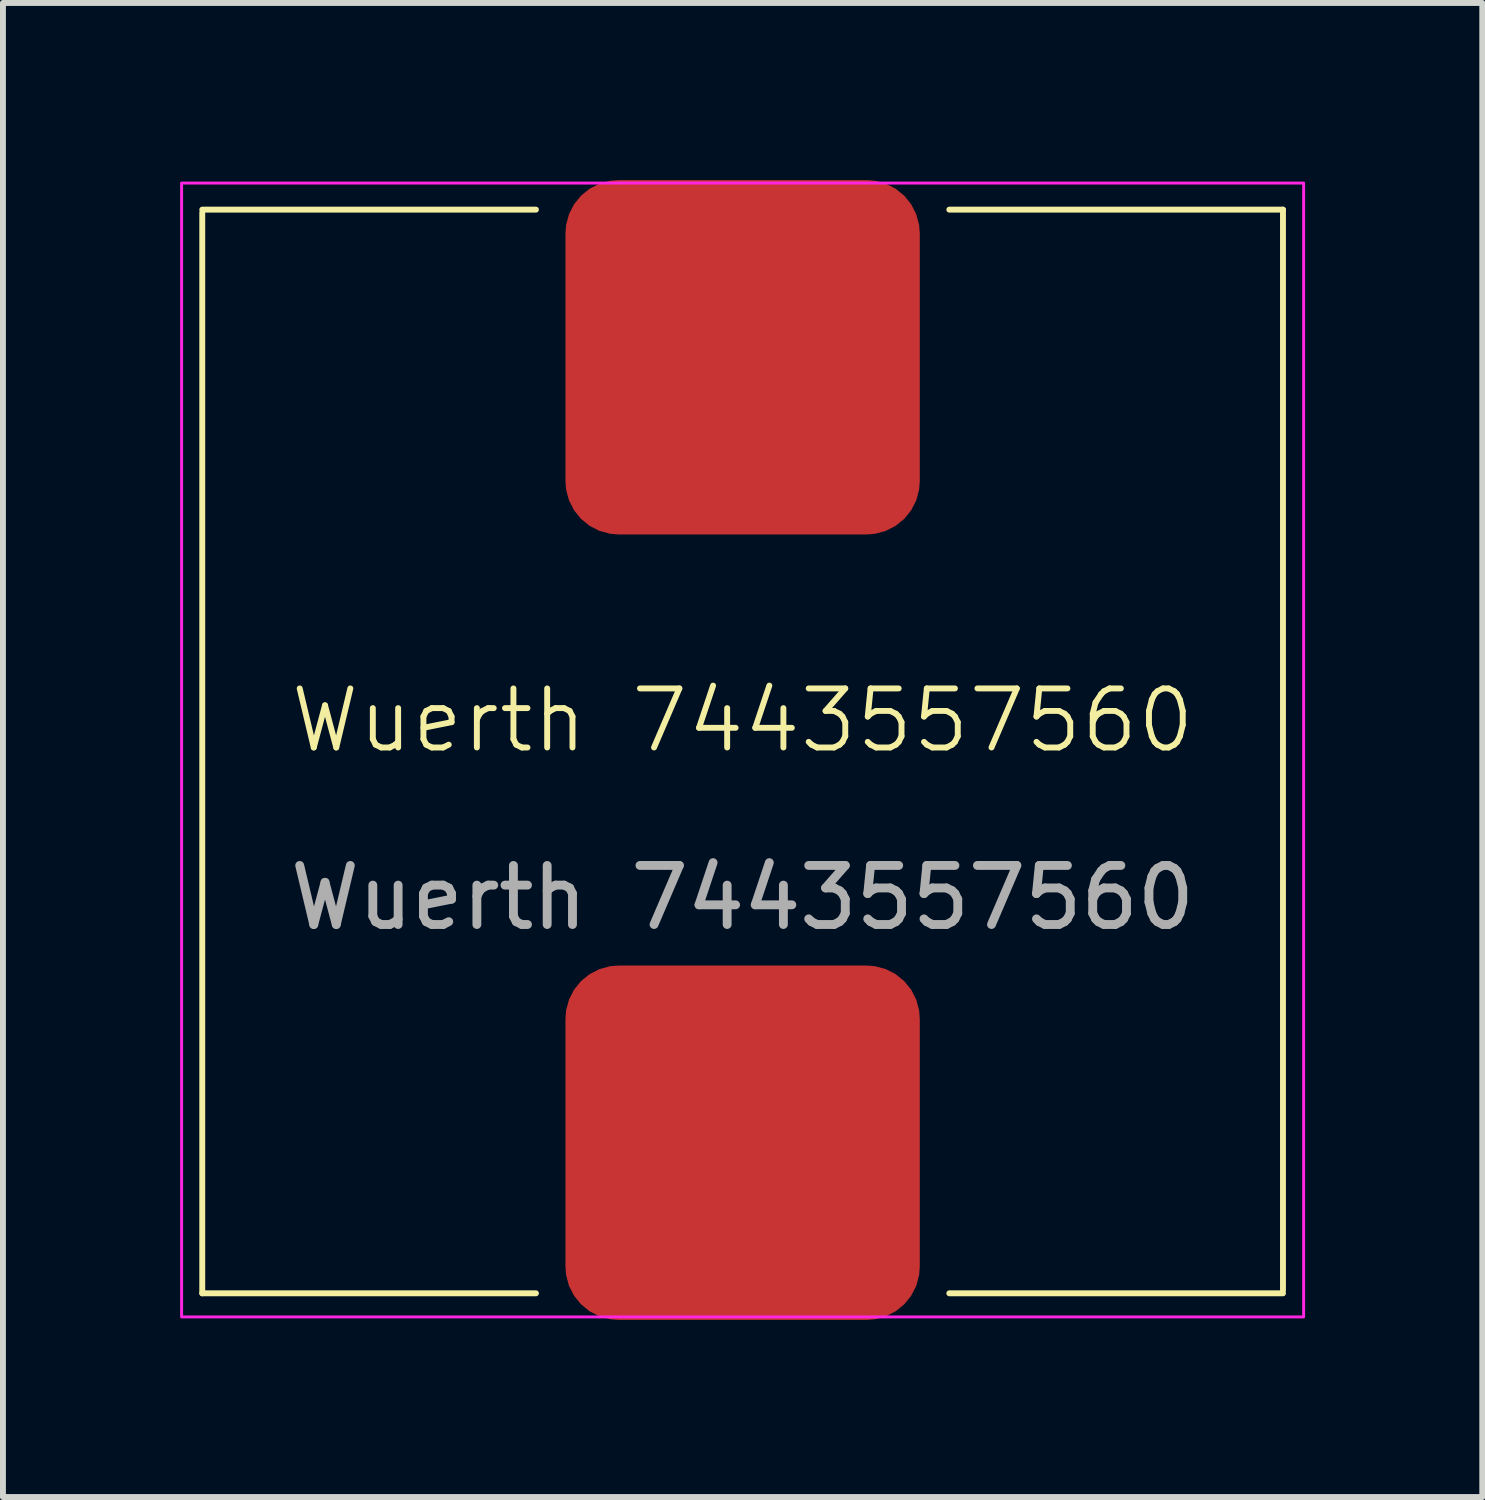
<source format=kicad_pcb>
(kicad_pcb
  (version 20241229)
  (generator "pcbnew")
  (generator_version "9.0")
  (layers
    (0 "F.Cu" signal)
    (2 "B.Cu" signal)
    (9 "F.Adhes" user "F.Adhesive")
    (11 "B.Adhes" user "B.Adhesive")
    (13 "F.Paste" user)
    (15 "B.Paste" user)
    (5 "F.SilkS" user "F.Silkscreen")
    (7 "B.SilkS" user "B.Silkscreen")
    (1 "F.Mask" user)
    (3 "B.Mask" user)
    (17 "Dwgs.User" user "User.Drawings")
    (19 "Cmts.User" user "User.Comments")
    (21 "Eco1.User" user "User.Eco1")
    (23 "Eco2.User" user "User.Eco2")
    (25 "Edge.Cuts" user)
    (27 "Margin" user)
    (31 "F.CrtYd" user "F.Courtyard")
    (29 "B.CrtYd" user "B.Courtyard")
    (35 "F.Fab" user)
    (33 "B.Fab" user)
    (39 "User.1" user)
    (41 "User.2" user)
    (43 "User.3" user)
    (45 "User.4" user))
  (footprint "Wuerth 7443557560"
    (layer "F.Cu")
    (at 9.525 9.65)
    (property "Reference" "Wuerth 7443557560" (at 0 -0.5 0) (unlocked yes) (layer "F.SilkS") (effects (font (size 1 1) (thickness 0.1))))
    (attr smd)
    (fp_line (start -9.15 -9.15) (end -3.5 -9.15) (stroke (width 0.1) (type default)) (layer "F.SilkS"))
    (fp_line (start -9.15 9.2) (end -9.15 -9.1) (stroke (width 0.1) (type default)) (layer "F.SilkS"))
    (fp_line (start -9.15 9.2) (end -3.5 9.2) (stroke (width 0.1) (type default)) (layer "F.SilkS"))
    (fp_line (start 3.5 -9.15) (end 9.15 -9.15) (stroke (width 0.1) (type default)) (layer "F.SilkS"))
    (fp_line (start 3.5 9.2) (end 9.15 9.2) (stroke (width 0.1) (type default)) (layer "F.SilkS"))
    (fp_line (start 9.15 -9.15) (end 9.15 9.15) (stroke (width 0.1) (type default)) (layer "F.SilkS"))
    (fp_rect (start -9.5 -9.6) (end 9.5 9.6) (stroke (width 0.05) (type default)) (fill no) (layer "F.CrtYd"))
    (fp_text user "${REFERENCE}" (at 0 2.5 0) (unlocked yes) (layer "F.Fab") (effects (font (size 1 1) (thickness 0.15))))
    (pad "1" smd roundrect (at 0 -6.65) (size 6 6) (layers "F.Cu" "F.Mask" "F.Paste") (roundrect_rratio 0.15))
    (pad "2" smd roundrect (at 0 6.65) (size 6 6) (layers "F.Cu" "F.Mask" "F.Paste") (roundrect_rratio 0.15)))
  (gr_rect
    (start -3 -3)
    (end 22.05 22.3)
    (stroke (width 0.1) (type default))
    (fill no)
    (layer "Edge.Cuts")))
</source>
